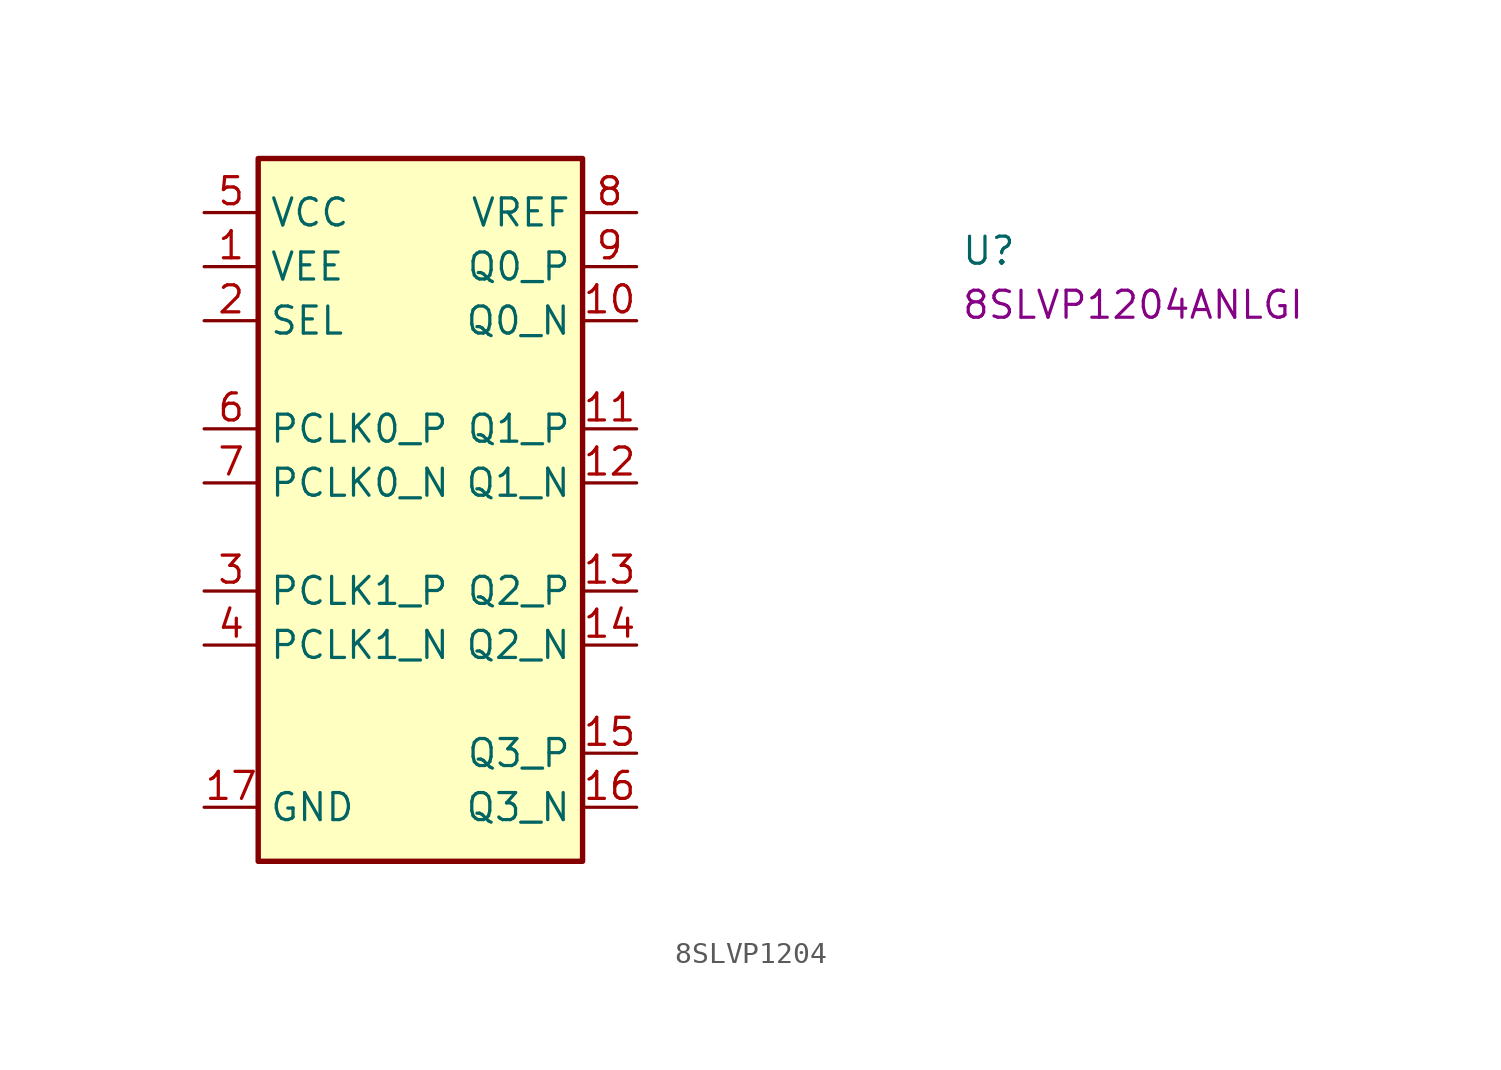
<source format=kicad_sym>
(kicad_symbol_lib
  (version 20220914)
  (generator kicad_symbol_editor)
  (symbol "8SLVP1204"
    (property "Reference" "U"
      (at 35.56 -2.54 0)
      (effects (font (size 1.27 1.27) (thickness 0.15)) (justify left bottom)))
    (property "MPN" "8SLVP1204ANLGI"
      (at 35.56 -5.08 0)
      (effects (font (size 1.27 1.27) (thickness 0.15)) (justify left bottom)))
    (symbol "8SLVP1204_1_1"
      (rectangle (start 2.54 2.54) (end 17.78 -30.48) (stroke (width 0.254) (type default)) (fill (type background)))
      (pin power_in line (at 0 -2.54 0) (length 2.54) (name "VEE" (effects (font (size 1.27 1.27)))) (number "1" (effects (font (size 1.27 1.27)))))
      (pin output line (at 20.32 -5.08 180) (length 2.54) (name "Q0_N" (effects (font (size 1.27 1.27)))) (number "10" (effects (font (size 1.27 1.27)))))
      (pin output line (at 20.32 -10.16 180) (length 2.54) (name "Q1_P" (effects (font (size 1.27 1.27)))) (number "11" (effects (font (size 1.27 1.27)))))
      (pin output line (at 20.32 -12.7 180) (length 2.54) (name "Q1_N" (effects (font (size 1.27 1.27)))) (number "12" (effects (font (size 1.27 1.27)))))
      (pin output line (at 20.32 -17.78 180) (length 2.54) (name "Q2_P" (effects (font (size 1.27 1.27)))) (number "13" (effects (font (size 1.27 1.27)))))
      (pin output line (at 20.32 -20.32 180) (length 2.54) (name "Q2_N" (effects (font (size 1.27 1.27)))) (number "14" (effects (font (size 1.27 1.27)))))
      (pin output line (at 20.32 -25.4 180) (length 2.54) (name "Q3_P" (effects (font (size 1.27 1.27)))) (number "15" (effects (font (size 1.27 1.27)))))
      (pin output line (at 20.32 -27.94 180) (length 2.54) (name "Q3_N" (effects (font (size 1.27 1.27)))) (number "16" (effects (font (size 1.27 1.27)))))
      (pin power_in line (at 0 -27.94 0) (length 2.54) (name "GND" (effects (font (size 1.27 1.27)))) (number "17" (effects (font (size 1.27 1.27)))))
      (pin input line (at 0 -5.08 0) (length 2.54) (name "SEL" (effects (font (size 1.27 1.27)))) (number "2" (effects (font (size 1.27 1.27)))))
      (pin input line (at 0 -17.78 0) (length 2.54) (name "PCLK1_P" (effects (font (size 1.27 1.27)))) (number "3" (effects (font (size 1.27 1.27)))))
      (pin input line (at 0 -20.32 0) (length 2.54) (name "PCLK1_N" (effects (font (size 1.27 1.27)))) (number "4" (effects (font (size 1.27 1.27)))))
      (pin power_in line (at 0 0 0) (length 2.54) (name "VCC" (effects (font (size 1.27 1.27)))) (number "5" (effects (font (size 1.27 1.27)))))
      (pin input line (at 0 -10.16 0) (length 2.54) (name "PCLK0_P" (effects (font (size 1.27 1.27)))) (number "6" (effects (font (size 1.27 1.27)))))
      (pin input line (at 0 -12.7 0) (length 2.54) (name "PCLK0_N" (effects (font (size 1.27 1.27)))) (number "7" (effects (font (size 1.27 1.27)))))
      (pin power_in line (at 20.32 0 180) (length 2.54) (name "VREF" (effects (font (size 1.27 1.27)))) (number "8" (effects (font (size 1.27 1.27)))))
      (pin output line (at 20.32 -2.54 180) (length 2.54) (name "Q0_P" (effects (font (size 1.27 1.27)))) (number "9" (effects (font (size 1.27 1.27))))))))
</source>
